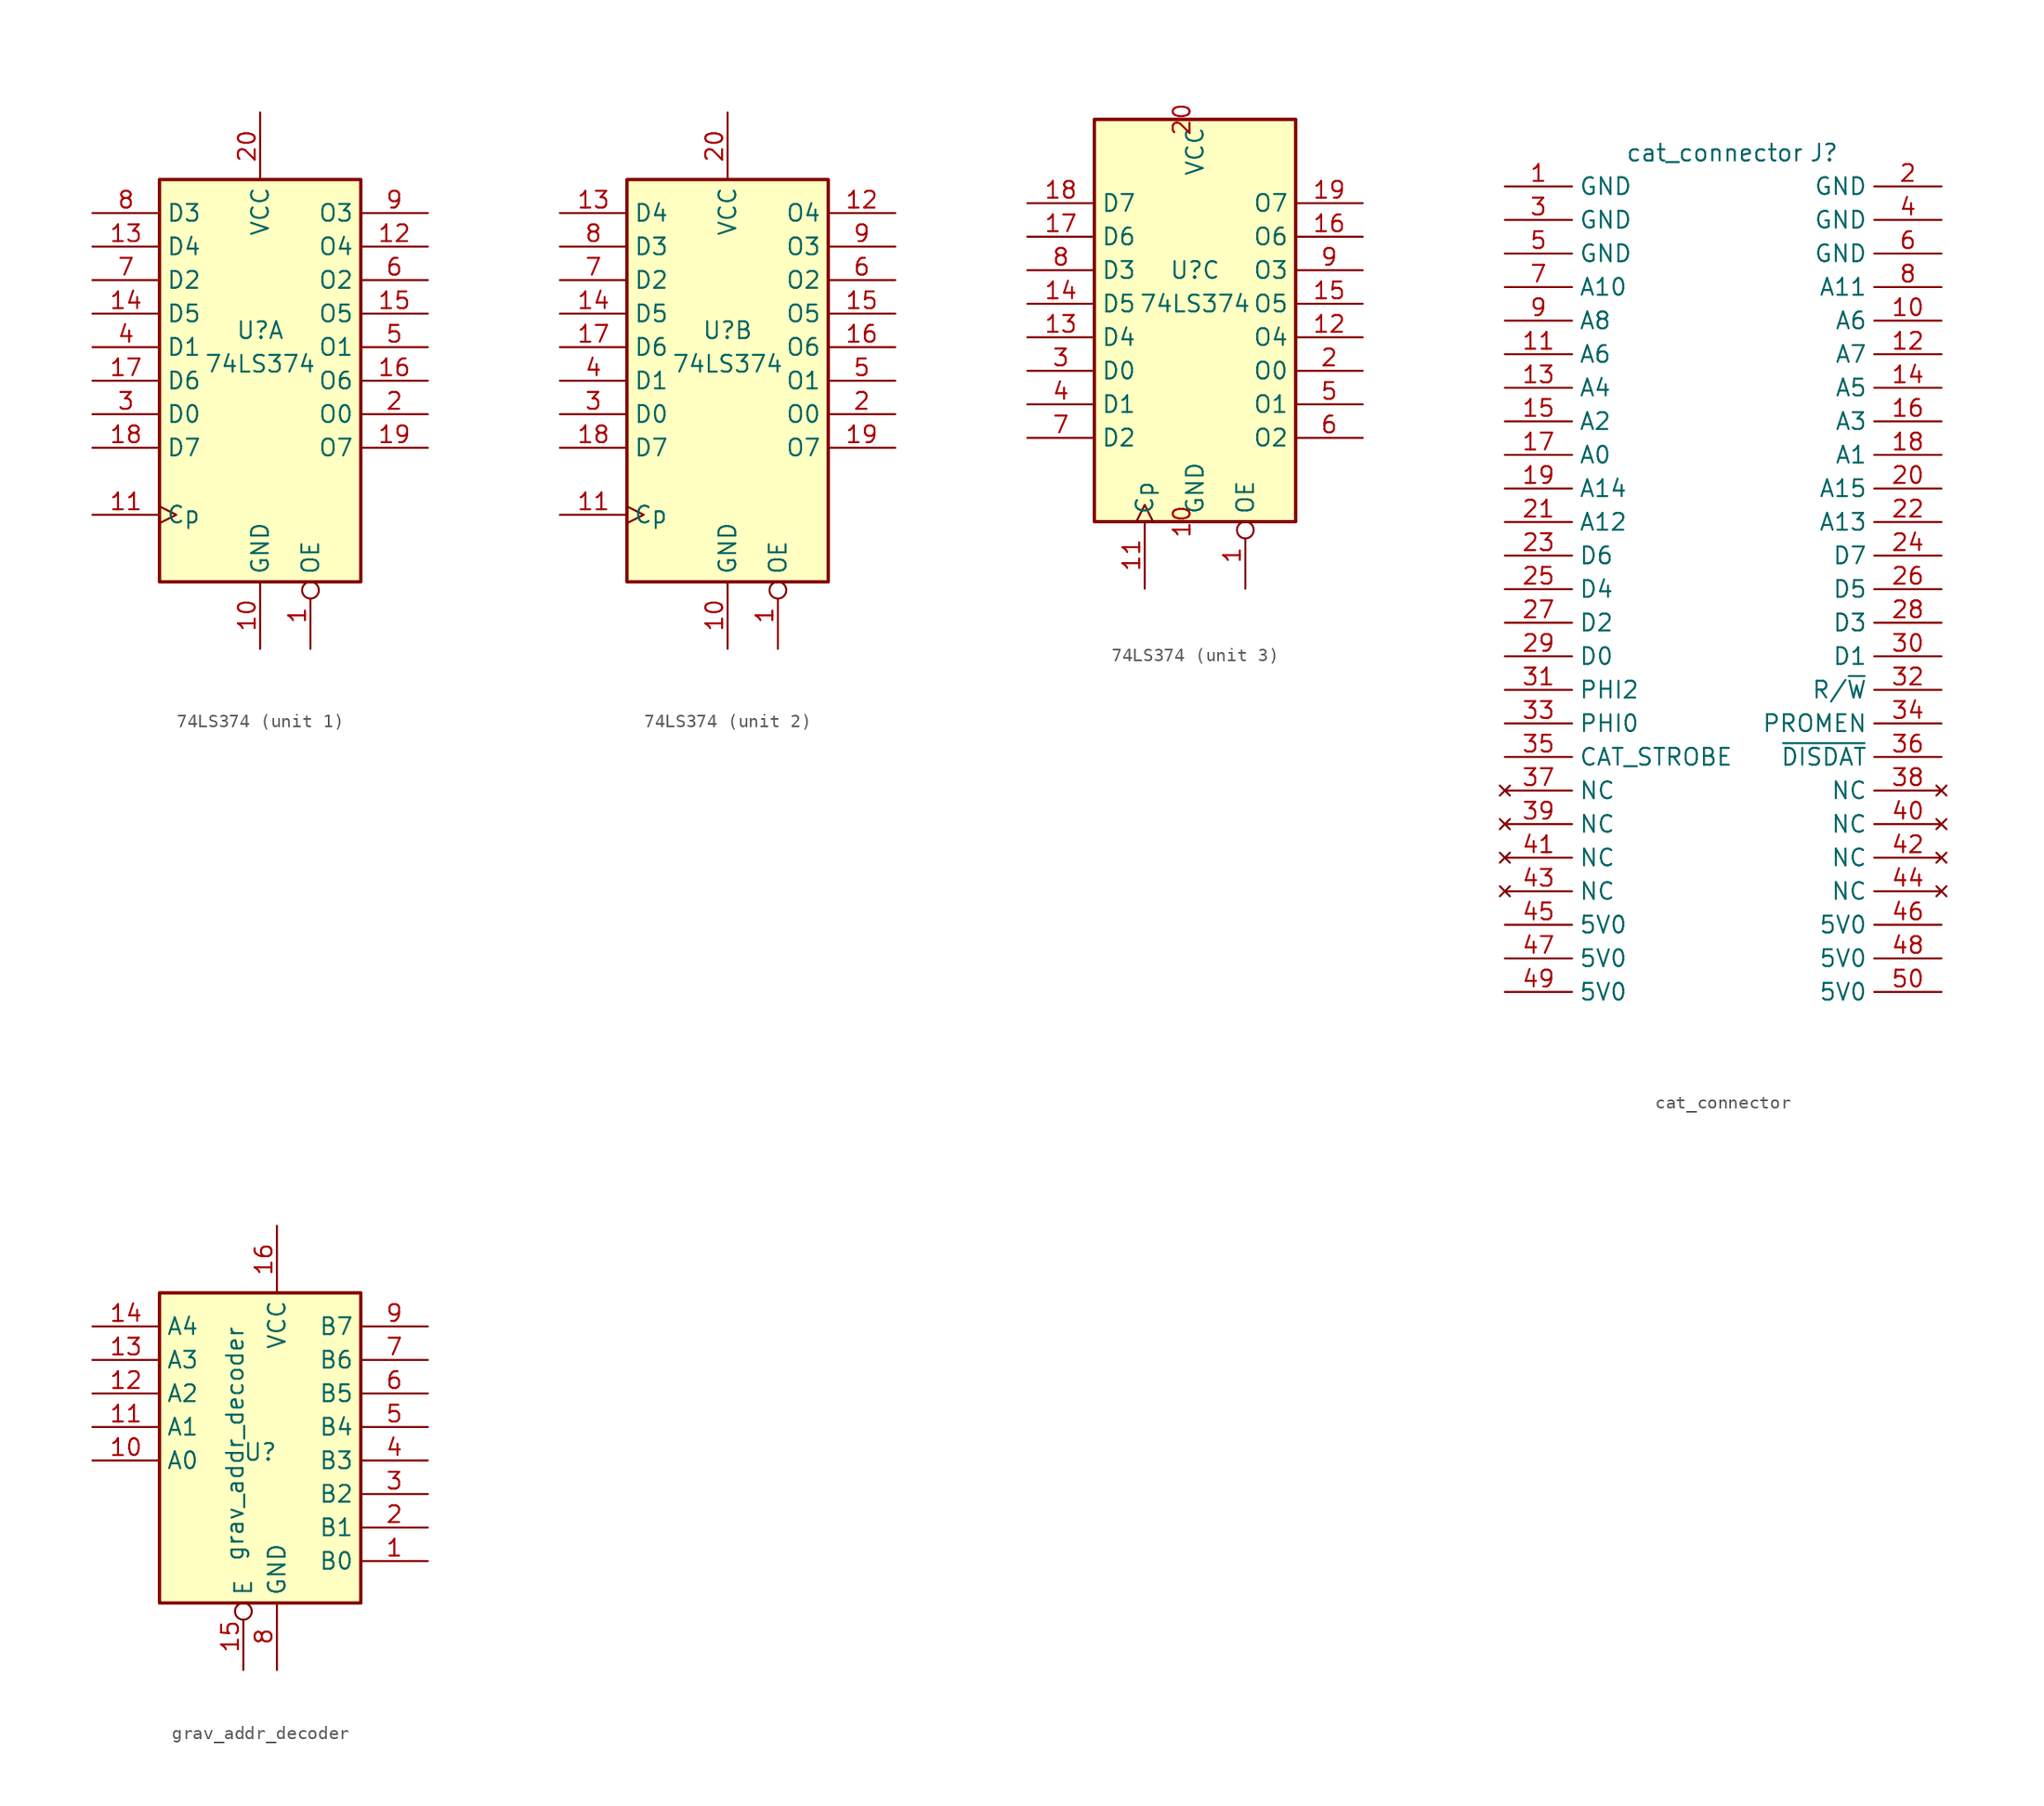
<source format=kicad_sym>
(kicad_symbol_lib
  (version 20211014)
  (generator kicad_symbol_editor)
  (symbol "74LS374"
    (property "Reference" "U"
      (at 0 3.81 0)
      (effects (font (size 1.27 1.27))))
    (property "Value" "74LS374"
      (at 0 1.27 0)
      (effects (font (size 1.27 1.27))))
    (symbol "74LS374_1_0"
      (pin input inverted (at 3.81 -20.32 90) (length 5.08) (name "OE" (effects (font (size 1.27 1.27)))) (number "1" (effects (font (size 1.27 1.27)))))
      (pin power_in line (at 0 -20.32 90) (length 5.08) (name "GND" (effects (font (size 1.27 1.27)))) (number "10" (effects (font (size 1.27 1.27)))))
      (pin input clock (at -12.7 -10.16 0) (length 5.08) (name "Cp" (effects (font (size 1.27 1.27)))) (number "11" (effects (font (size 1.27 1.27)))))
      (pin tri_state line (at 12.7 10.16 180) (length 5.08) (name "O4" (effects (font (size 1.27 1.27)))) (number "12" (effects (font (size 1.27 1.27)))))
      (pin input line (at -12.7 10.16 0) (length 5.08) (name "D4" (effects (font (size 1.27 1.27)))) (number "13" (effects (font (size 1.27 1.27)))))
      (pin input line (at -12.7 5.08 0) (length 5.08) (name "D5" (effects (font (size 1.27 1.27)))) (number "14" (effects (font (size 1.27 1.27)))))
      (pin tri_state line (at 12.7 5.08 180) (length 5.08) (name "O5" (effects (font (size 1.27 1.27)))) (number "15" (effects (font (size 1.27 1.27)))))
      (pin tri_state line (at 12.7 0 180) (length 5.08) (name "O6" (effects (font (size 1.27 1.27)))) (number "16" (effects (font (size 1.27 1.27)))))
      (pin input line (at -12.7 0 0) (length 5.08) (name "D6" (effects (font (size 1.27 1.27)))) (number "17" (effects (font (size 1.27 1.27)))))
      (pin input line (at -12.7 -5.08 0) (length 5.08) (name "D7" (effects (font (size 1.27 1.27)))) (number "18" (effects (font (size 1.27 1.27)))))
      (pin tri_state line (at 12.7 -5.08 180) (length 5.08) (name "O7" (effects (font (size 1.27 1.27)))) (number "19" (effects (font (size 1.27 1.27)))))
      (pin tri_state line (at 12.7 -2.54 180) (length 5.08) (name "O0" (effects (font (size 1.27 1.27)))) (number "2" (effects (font (size 1.27 1.27)))))
      (pin power_in line (at 0 20.32 270) (length 5.08) (name "VCC" (effects (font (size 1.27 1.27)))) (number "20" (effects (font (size 1.27 1.27)))))
      (pin input line (at -12.7 -2.54 0) (length 5.08) (name "D0" (effects (font (size 1.27 1.27)))) (number "3" (effects (font (size 1.27 1.27)))))
      (pin input line (at -12.7 2.54 0) (length 5.08) (name "D1" (effects (font (size 1.27 1.27)))) (number "4" (effects (font (size 1.27 1.27)))))
      (pin tri_state line (at 12.7 2.54 180) (length 5.08) (name "O1" (effects (font (size 1.27 1.27)))) (number "5" (effects (font (size 1.27 1.27)))))
      (pin tri_state line (at 12.7 7.62 180) (length 5.08) (name "O2" (effects (font (size 1.27 1.27)))) (number "6" (effects (font (size 1.27 1.27)))))
      (pin input line (at -12.7 7.62 0) (length 5.08) (name "D2" (effects (font (size 1.27 1.27)))) (number "7" (effects (font (size 1.27 1.27)))))
      (pin input line (at -12.7 12.7 0) (length 5.08) (name "D3" (effects (font (size 1.27 1.27)))) (number "8" (effects (font (size 1.27 1.27)))))
      (pin tri_state line (at 12.7 12.7 180) (length 5.08) (name "O3" (effects (font (size 1.27 1.27)))) (number "9" (effects (font (size 1.27 1.27))))))
    (symbol "74LS374_1_1"
      (rectangle (start -7.62 15.24) (end 7.62 -15.24) (stroke (width 0.254) (type default) (color 0 0 0 0)) (fill (type background))))
    (symbol "74LS374_2_0"
      (pin input inverted (at 3.81 -20.32 90) (length 5.08) (name "OE" (effects (font (size 1.27 1.27)))) (number "1" (effects (font (size 1.27 1.27)))))
      (pin power_in line (at 0 -20.32 90) (length 5.08) (name "GND" (effects (font (size 1.27 1.27)))) (number "10" (effects (font (size 1.27 1.27)))))
      (pin input clock (at -12.7 -10.16 0) (length 5.08) (name "Cp" (effects (font (size 1.27 1.27)))) (number "11" (effects (font (size 1.27 1.27)))))
      (pin tri_state line (at 12.7 12.7 180) (length 5.08) (name "O4" (effects (font (size 1.27 1.27)))) (number "12" (effects (font (size 1.27 1.27)))))
      (pin input line (at -12.7 12.7 0) (length 5.08) (name "D4" (effects (font (size 1.27 1.27)))) (number "13" (effects (font (size 1.27 1.27)))))
      (pin input line (at -12.7 5.08 0) (length 5.08) (name "D5" (effects (font (size 1.27 1.27)))) (number "14" (effects (font (size 1.27 1.27)))))
      (pin tri_state line (at 12.7 5.08 180) (length 5.08) (name "O5" (effects (font (size 1.27 1.27)))) (number "15" (effects (font (size 1.27 1.27)))))
      (pin tri_state line (at 12.7 2.54 180) (length 5.08) (name "O6" (effects (font (size 1.27 1.27)))) (number "16" (effects (font (size 1.27 1.27)))))
      (pin input line (at -12.7 2.54 0) (length 5.08) (name "D6" (effects (font (size 1.27 1.27)))) (number "17" (effects (font (size 1.27 1.27)))))
      (pin input line (at -12.7 -5.08 0) (length 5.08) (name "D7" (effects (font (size 1.27 1.27)))) (number "18" (effects (font (size 1.27 1.27)))))
      (pin tri_state line (at 12.7 -5.08 180) (length 5.08) (name "O7" (effects (font (size 1.27 1.27)))) (number "19" (effects (font (size 1.27 1.27)))))
      (pin tri_state line (at 12.7 -2.54 180) (length 5.08) (name "O0" (effects (font (size 1.27 1.27)))) (number "2" (effects (font (size 1.27 1.27)))))
      (pin power_in line (at 0 20.32 270) (length 5.08) (name "VCC" (effects (font (size 1.27 1.27)))) (number "20" (effects (font (size 1.27 1.27)))))
      (pin input line (at -12.7 -2.54 0) (length 5.08) (name "D0" (effects (font (size 1.27 1.27)))) (number "3" (effects (font (size 1.27 1.27)))))
      (pin input line (at -12.7 0 0) (length 5.08) (name "D1" (effects (font (size 1.27 1.27)))) (number "4" (effects (font (size 1.27 1.27)))))
      (pin tri_state line (at 12.7 0 180) (length 5.08) (name "O1" (effects (font (size 1.27 1.27)))) (number "5" (effects (font (size 1.27 1.27)))))
      (pin tri_state line (at 12.7 7.62 180) (length 5.08) (name "O2" (effects (font (size 1.27 1.27)))) (number "6" (effects (font (size 1.27 1.27)))))
      (pin input line (at -12.7 7.62 0) (length 5.08) (name "D2" (effects (font (size 1.27 1.27)))) (number "7" (effects (font (size 1.27 1.27)))))
      (pin input line (at -12.7 10.16 0) (length 5.08) (name "D3" (effects (font (size 1.27 1.27)))) (number "8" (effects (font (size 1.27 1.27)))))
      (pin tri_state line (at 12.7 10.16 180) (length 5.08) (name "O3" (effects (font (size 1.27 1.27)))) (number "9" (effects (font (size 1.27 1.27))))))
    (symbol "74LS374_2_1"
      (rectangle (start -7.62 15.24) (end 7.62 -15.24) (stroke (width 0.254) (type default) (color 0 0 0 0)) (fill (type background))))
    (symbol "74LS374_3_0"
      (pin input inverted (at 3.81 -20.32 90) (length 5.08) (name "OE" (effects (font (size 1.27 1.27)))) (number "1" (effects (font (size 1.27 1.27)))))
      (pin power_in line (at 0 -15.24 90) (length 0) (name "GND" (effects (font (size 1.27 1.27)))) (number "10" (effects (font (size 1.27 1.27)))))
      (pin input clock (at -3.81 -20.32 90) (length 5.08) (name "Cp" (effects (font (size 1.27 1.27)))) (number "11" (effects (font (size 1.27 1.27)))))
      (pin tri_state line (at 12.7 -1.27 180) (length 5.08) (name "O4" (effects (font (size 1.27 1.27)))) (number "12" (effects (font (size 1.27 1.27)))))
      (pin input line (at -12.7 -1.27 0) (length 5.08) (name "D4" (effects (font (size 1.27 1.27)))) (number "13" (effects (font (size 1.27 1.27)))))
      (pin input line (at -12.7 1.27 0) (length 5.08) (name "D5" (effects (font (size 1.27 1.27)))) (number "14" (effects (font (size 1.27 1.27)))))
      (pin tri_state line (at 12.7 1.27 180) (length 5.08) (name "O5" (effects (font (size 1.27 1.27)))) (number "15" (effects (font (size 1.27 1.27)))))
      (pin tri_state line (at 12.7 6.35 180) (length 5.08) (name "O6" (effects (font (size 1.27 1.27)))) (number "16" (effects (font (size 1.27 1.27)))))
      (pin input line (at -12.7 6.35 0) (length 5.08) (name "D6" (effects (font (size 1.27 1.27)))) (number "17" (effects (font (size 1.27 1.27)))))
      (pin input line (at -12.7 8.89 0) (length 5.08) (name "D7" (effects (font (size 1.27 1.27)))) (number "18" (effects (font (size 1.27 1.27)))))
      (pin tri_state line (at 12.7 8.89 180) (length 5.08) (name "O7" (effects (font (size 1.27 1.27)))) (number "19" (effects (font (size 1.27 1.27)))))
      (pin tri_state line (at 12.7 -3.81 180) (length 5.08) (name "O0" (effects (font (size 1.27 1.27)))) (number "2" (effects (font (size 1.27 1.27)))))
      (pin power_in line (at 0 15.24 270) (length 0) (name "VCC" (effects (font (size 1.27 1.27)))) (number "20" (effects (font (size 1.27 1.27)))))
      (pin input line (at -12.7 -3.81 0) (length 5.08) (name "D0" (effects (font (size 1.27 1.27)))) (number "3" (effects (font (size 1.27 1.27)))))
      (pin input line (at -12.7 -6.35 0) (length 5.08) (name "D1" (effects (font (size 1.27 1.27)))) (number "4" (effects (font (size 1.27 1.27)))))
      (pin tri_state line (at 12.7 -6.35 180) (length 5.08) (name "O1" (effects (font (size 1.27 1.27)))) (number "5" (effects (font (size 1.27 1.27)))))
      (pin tri_state line (at 12.7 -8.89 180) (length 5.08) (name "O2" (effects (font (size 1.27 1.27)))) (number "6" (effects (font (size 1.27 1.27)))))
      (pin input line (at -12.7 -8.89 0) (length 5.08) (name "D2" (effects (font (size 1.27 1.27)))) (number "7" (effects (font (size 1.27 1.27)))))
      (pin input line (at -12.7 3.81 0) (length 5.08) (name "D3" (effects (font (size 1.27 1.27)))) (number "8" (effects (font (size 1.27 1.27)))))
      (pin tri_state line (at 12.7 3.81 180) (length 5.08) (name "O3" (effects (font (size 1.27 1.27)))) (number "9" (effects (font (size 1.27 1.27))))))
    (symbol "74LS374_3_1"
      (rectangle (start -7.62 15.24) (end 7.62 -15.24) (stroke (width 0.254) (type default) (color 0 0 0 0)) (fill (type background)))))
  (symbol "cat_connector"
    (property "Reference" "J"
      (at 7.62 33.02 0)
      (effects (font (size 1.27 1.27))))
    (property "Value" "cat_connector"
      (at -0.635 33.02 0)
      (effects (font (size 1.27 1.27))))
    (symbol "cat_connector_1_1"
      (pin power_in line (at -16.51 30.48 0) (length 5.08) (name "GND" (effects (font (size 1.27 1.27)))) (number "1" (effects (font (size 1.27 1.27)))))
      (pin bidirectional line (at 16.51 20.32 180) (length 5.08) (name "A6" (effects (font (size 1.27 1.27)))) (number "10" (effects (font (size 1.27 1.27)))))
      (pin bidirectional line (at -16.51 17.78 0) (length 5.08) (name "A6" (effects (font (size 1.27 1.27)))) (number "11" (effects (font (size 1.27 1.27)))))
      (pin bidirectional line (at 16.51 17.78 180) (length 5.08) (name "A7" (effects (font (size 1.27 1.27)))) (number "12" (effects (font (size 1.27 1.27)))))
      (pin bidirectional line (at -16.51 15.24 0) (length 5.08) (name "A4" (effects (font (size 1.27 1.27)))) (number "13" (effects (font (size 1.27 1.27)))))
      (pin bidirectional line (at 16.51 15.24 180) (length 5.08) (name "A5" (effects (font (size 1.27 1.27)))) (number "14" (effects (font (size 1.27 1.27)))))
      (pin bidirectional line (at -16.51 12.7 0) (length 5.08) (name "A2" (effects (font (size 1.27 1.27)))) (number "15" (effects (font (size 1.27 1.27)))))
      (pin bidirectional line (at 16.51 12.7 180) (length 5.08) (name "A3" (effects (font (size 1.27 1.27)))) (number "16" (effects (font (size 1.27 1.27)))))
      (pin bidirectional line (at -16.51 10.16 0) (length 5.08) (name "A0" (effects (font (size 1.27 1.27)))) (number "17" (effects (font (size 1.27 1.27)))))
      (pin bidirectional line (at 16.51 10.16 180) (length 5.08) (name "A1" (effects (font (size 1.27 1.27)))) (number "18" (effects (font (size 1.27 1.27)))))
      (pin bidirectional line (at -16.51 7.62 0) (length 5.08) (name "A14" (effects (font (size 1.27 1.27)))) (number "19" (effects (font (size 1.27 1.27)))))
      (pin power_in line (at 16.51 30.48 180) (length 5.08) (name "GND" (effects (font (size 1.27 1.27)))) (number "2" (effects (font (size 1.27 1.27)))))
      (pin bidirectional line (at 16.51 7.62 180) (length 5.08) (name "A15" (effects (font (size 1.27 1.27)))) (number "20" (effects (font (size 1.27 1.27)))))
      (pin bidirectional line (at -16.51 5.08 0) (length 5.08) (name "A12" (effects (font (size 1.27 1.27)))) (number "21" (effects (font (size 1.27 1.27)))))
      (pin bidirectional line (at 16.51 5.08 180) (length 5.08) (name "A13" (effects (font (size 1.27 1.27)))) (number "22" (effects (font (size 1.27 1.27)))))
      (pin bidirectional line (at -16.51 2.54 0) (length 5.08) (name "D6" (effects (font (size 1.27 1.27)))) (number "23" (effects (font (size 1.27 1.27)))))
      (pin bidirectional line (at 16.51 2.54 180) (length 5.08) (name "D7" (effects (font (size 1.27 1.27)))) (number "24" (effects (font (size 1.27 1.27)))))
      (pin bidirectional line (at -16.51 0 0) (length 5.08) (name "D4" (effects (font (size 1.27 1.27)))) (number "25" (effects (font (size 1.27 1.27)))))
      (pin bidirectional line (at 16.51 0 180) (length 5.08) (name "D5" (effects (font (size 1.27 1.27)))) (number "26" (effects (font (size 1.27 1.27)))))
      (pin bidirectional line (at -16.51 -2.54 0) (length 5.08) (name "D2" (effects (font (size 1.27 1.27)))) (number "27" (effects (font (size 1.27 1.27)))))
      (pin bidirectional line (at 16.51 -2.54 180) (length 5.08) (name "D3" (effects (font (size 1.27 1.27)))) (number "28" (effects (font (size 1.27 1.27)))))
      (pin bidirectional line (at -16.51 -5.08 0) (length 5.08) (name "D0" (effects (font (size 1.27 1.27)))) (number "29" (effects (font (size 1.27 1.27)))))
      (pin power_in line (at -16.51 27.94 0) (length 5.08) (name "GND" (effects (font (size 1.27 1.27)))) (number "3" (effects (font (size 1.27 1.27)))))
      (pin bidirectional line (at 16.51 -5.08 180) (length 5.08) (name "D1" (effects (font (size 1.27 1.27)))) (number "30" (effects (font (size 1.27 1.27)))))
      (pin bidirectional line (at -16.51 -7.62 0) (length 5.08) (name "PHI2" (effects (font (size 1.27 1.27)))) (number "31" (effects (font (size 1.27 1.27)))))
      (pin bidirectional line (at 16.51 -7.62 180) (length 5.08) (name "R/~{W}" (effects (font (size 1.27 1.27)))) (number "32" (effects (font (size 1.27 1.27)))))
      (pin bidirectional line (at -16.51 -10.16 0) (length 5.08) (name "PHI0" (effects (font (size 1.27 1.27)))) (number "33" (effects (font (size 1.27 1.27)))))
      (pin power_in line (at 16.51 -10.16 180) (length 5.08) (name "PROMEN" (effects (font (size 1.27 1.27)))) (number "34" (effects (font (size 1.27 1.27)))))
      (pin bidirectional line (at -16.51 -12.7 0) (length 5.08) (name "CAT_STROBE" (effects (font (size 1.27 1.27)))) (number "35" (effects (font (size 1.27 1.27)))))
      (pin bidirectional line (at 16.51 -12.7 180) (length 5.08) (name "~{DISDAT}" (effects (font (size 1.27 1.27)))) (number "36" (effects (font (size 1.27 1.27)))))
      (pin no_connect line (at -16.51 -15.24 0) (length 5.08) (name "NC" (effects (font (size 1.27 1.27)))) (number "37" (effects (font (size 1.27 1.27)))))
      (pin no_connect line (at 16.51 -15.24 180) (length 5.08) (name "NC" (effects (font (size 1.27 1.27)))) (number "38" (effects (font (size 1.27 1.27)))))
      (pin no_connect line (at -16.51 -17.78 0) (length 5.08) (name "NC" (effects (font (size 1.27 1.27)))) (number "39" (effects (font (size 1.27 1.27)))))
      (pin power_in line (at 16.51 27.94 180) (length 5.08) (name "GND" (effects (font (size 1.27 1.27)))) (number "4" (effects (font (size 1.27 1.27)))))
      (pin no_connect line (at 16.51 -17.78 180) (length 5.08) (name "NC" (effects (font (size 1.27 1.27)))) (number "40" (effects (font (size 1.27 1.27)))))
      (pin no_connect line (at -16.51 -20.32 0) (length 5.08) (name "NC" (effects (font (size 1.27 1.27)))) (number "41" (effects (font (size 1.27 1.27)))))
      (pin no_connect line (at 16.51 -20.32 180) (length 5.08) (name "NC" (effects (font (size 1.27 1.27)))) (number "42" (effects (font (size 1.27 1.27)))))
      (pin no_connect line (at -16.51 -22.86 0) (length 5.08) (name "NC" (effects (font (size 1.27 1.27)))) (number "43" (effects (font (size 1.27 1.27)))))
      (pin no_connect line (at 16.51 -22.86 180) (length 5.08) (name "NC" (effects (font (size 1.27 1.27)))) (number "44" (effects (font (size 1.27 1.27)))))
      (pin power_in line (at -16.51 -25.4 0) (length 5.08) (name "5V0" (effects (font (size 1.27 1.27)))) (number "45" (effects (font (size 1.27 1.27)))))
      (pin power_in line (at 16.51 -25.4 180) (length 5.08) (name "5V0" (effects (font (size 1.27 1.27)))) (number "46" (effects (font (size 1.27 1.27)))))
      (pin power_in line (at -16.51 -27.94 0) (length 5.08) (name "5V0" (effects (font (size 1.27 1.27)))) (number "47" (effects (font (size 1.27 1.27)))))
      (pin power_in line (at 16.51 -27.94 180) (length 5.08) (name "5V0" (effects (font (size 1.27 1.27)))) (number "48" (effects (font (size 1.27 1.27)))))
      (pin power_in line (at -16.51 -30.48 0) (length 5.08) (name "5V0" (effects (font (size 1.27 1.27)))) (number "49" (effects (font (size 1.27 1.27)))))
      (pin power_in line (at -16.51 25.4 0) (length 5.08) (name "GND" (effects (font (size 1.27 1.27)))) (number "5" (effects (font (size 1.27 1.27)))))
      (pin power_in line (at 16.51 -30.48 180) (length 5.08) (name "5V0" (effects (font (size 1.27 1.27)))) (number "50" (effects (font (size 1.27 1.27)))))
      (pin power_in line (at 16.51 25.4 180) (length 5.08) (name "GND" (effects (font (size 1.27 1.27)))) (number "6" (effects (font (size 1.27 1.27)))))
      (pin bidirectional line (at -16.51 22.86 0) (length 5.08) (name "A10" (effects (font (size 1.27 1.27)))) (number "7" (effects (font (size 1.27 1.27)))))
      (pin bidirectional line (at 16.51 22.86 180) (length 5.08) (name "A11" (effects (font (size 1.27 1.27)))) (number "8" (effects (font (size 1.27 1.27)))))
      (pin bidirectional line (at -16.51 20.32 0) (length 5.08) (name "A8" (effects (font (size 1.27 1.27)))) (number "9" (effects (font (size 1.27 1.27)))))))
  (symbol "grav_addr_decoder"
    (property "Reference" "U"
      (at 0 0 0)
      (effects (font (size 1.27 1.27))))
    (property "Value" "grav_addr_decoder"
      (at -1.905 0.635 90)
      (effects (font (size 1.27 1.27))))
    (symbol "grav_addr_decoder_1_1"
      (rectangle (start -7.62 12.065) (end 7.62 -11.43) (stroke (width 0.254) (type default) (color 0 0 0 0)) (fill (type background)))
      (pin output line (at 12.7 -8.255 180) (length 5.08) (name "B0" (effects (font (size 1.27 1.27)))) (number "1" (effects (font (size 1.27 1.27)))))
      (pin input line (at -12.7 -0.635 0) (length 5.08) (name "A0" (effects (font (size 1.27 1.27)))) (number "10" (effects (font (size 1.27 1.27)))))
      (pin input line (at -12.7 1.905 0) (length 5.08) (name "A1" (effects (font (size 1.27 1.27)))) (number "11" (effects (font (size 1.27 1.27)))))
      (pin input line (at -12.7 4.445 0) (length 5.08) (name "A2" (effects (font (size 1.27 1.27)))) (number "12" (effects (font (size 1.27 1.27)))))
      (pin input line (at -12.7 6.985 0) (length 5.08) (name "A3" (effects (font (size 1.27 1.27)))) (number "13" (effects (font (size 1.27 1.27)))))
      (pin input line (at -12.7 9.525 0) (length 5.08) (name "A4" (effects (font (size 1.27 1.27)))) (number "14" (effects (font (size 1.27 1.27)))))
      (pin input inverted (at -1.27 -16.51 90) (length 5.08) (name "E" (effects (font (size 1.27 1.27)))) (number "15" (effects (font (size 1.27 1.27)))))
      (pin power_in line (at 1.27 17.145 270) (length 5.08) (name "VCC" (effects (font (size 1.27 1.27)))) (number "16" (effects (font (size 1.27 1.27)))))
      (pin output line (at 12.7 -5.715 180) (length 5.08) (name "B1" (effects (font (size 1.27 1.27)))) (number "2" (effects (font (size 1.27 1.27)))))
      (pin output line (at 12.7 -3.175 180) (length 5.08) (name "B2" (effects (font (size 1.27 1.27)))) (number "3" (effects (font (size 1.27 1.27)))))
      (pin output line (at 12.7 -0.635 180) (length 5.08) (name "B3" (effects (font (size 1.27 1.27)))) (number "4" (effects (font (size 1.27 1.27)))))
      (pin output line (at 12.7 1.905 180) (length 5.08) (name "B4" (effects (font (size 1.27 1.27)))) (number "5" (effects (font (size 1.27 1.27)))))
      (pin output line (at 12.7 4.445 180) (length 5.08) (name "B5" (effects (font (size 1.27 1.27)))) (number "6" (effects (font (size 1.27 1.27)))))
      (pin output line (at 12.7 6.985 180) (length 5.08) (name "B6" (effects (font (size 1.27 1.27)))) (number "7" (effects (font (size 1.27 1.27)))))
      (pin power_in line (at 1.27 -16.51 90) (length 5.08) (name "GND" (effects (font (size 1.27 1.27)))) (number "8" (effects (font (size 1.27 1.27)))))
      (pin output line (at 12.7 9.525 180) (length 5.08) (name "B7" (effects (font (size 1.27 1.27)))) (number "9" (effects (font (size 1.27 1.27))))))))
</source>
